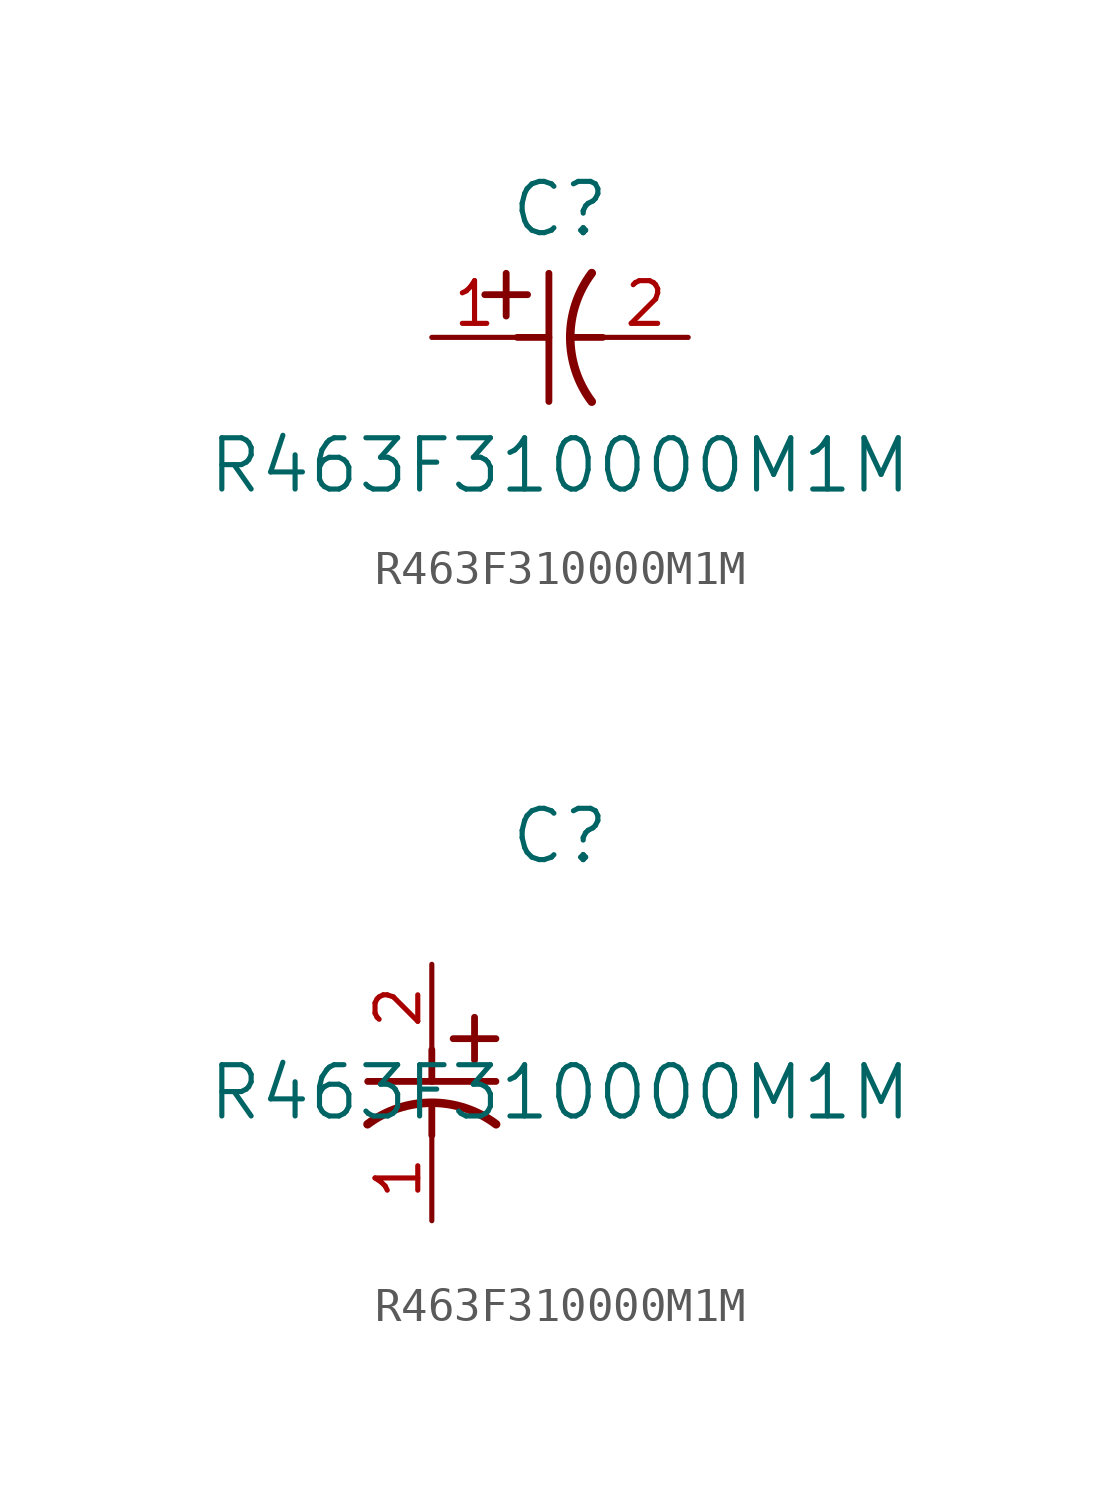
<source format=kicad_sym>
(kicad_symbol_lib
  (version 20211014)
  (generator kicad_symbol_editor)
  (symbol "R463F310000M1M"
    (pin_names
      (offset 0.254))
    (property "Reference" "C"
      (at 3.81 3.81 0)
      (effects (font (size 1.524 1.524))))
    (property "Value" "R463F310000M1M"
      (at 3.81 -3.81 0)
      (effects (font (size 1.524 1.524))))
    (symbol "R463F310000M1M_1_1"
      (polyline (pts (xy 2.21 0.635) (xy 2.21 1.905)) (stroke (width 0.203) (type default) (color 0 0 0 0)) (fill (type none)))
      (arc (start 4.754132 1.910763) (mid 4.1148 0) (end 4.754132 -1.910763) (stroke (width 0.254) (type default) (color 0 0 0 0)) (fill (type none)))
      (polyline (pts (xy 4.115 0) (xy 5.08 0)) (stroke (width 0.203) (type default) (color 0 0 0 0)) (fill (type none)))
      (polyline (pts (xy 3.48 -1.905) (xy 3.48 1.905)) (stroke (width 0.203) (type default) (color 0 0 0 0)) (fill (type none)))
      (polyline (pts (xy 1.575 1.27) (xy 2.845 1.27)) (stroke (width 0.203) (type default) (color 0 0 0 0)) (fill (type none)))
      (polyline (pts (xy 2.54 0) (xy 3.48 0)) (stroke (width 0.203) (type default) (color 0 0 0 0)) (fill (type none)))
      (pin unspecified line (at 0 0 0) (length 2.54) (name "" (effects (font (size 1.27 1.27)))) (number "1" (effects (font (size 1.27 1.27)))))
      (pin unspecified line (at 7.62 0 180) (length 2.54) (name "" (effects (font (size 1.27 1.27)))) (number "2" (effects (font (size 1.27 1.27))))))
    (symbol "R463F310000M1M_1_2"
      (polyline (pts (xy 0 -2.54) (xy 0 -3.48)) (stroke (width 0.203) (type default) (color 0 0 0 0)) (fill (type none)))
      (arc (start 1.910763 -4.754132) (mid 0 -4.1148) (end -1.910763 -4.754132) (stroke (width 0.254) (type default) (color 0 0 0 0)) (fill (type none)))
      (polyline (pts (xy -1.905 -3.48) (xy 1.905 -3.48)) (stroke (width 0.203) (type default) (color 0 0 0 0)) (fill (type none)))
      (polyline (pts (xy 0.635 -2.21) (xy 1.905 -2.21)) (stroke (width 0.203) (type default) (color 0 0 0 0)) (fill (type none)))
      (polyline (pts (xy 1.27 -1.575) (xy 1.27 -2.845)) (stroke (width 0.203) (type default) (color 0 0 0 0)) (fill (type none)))
      (polyline (pts (xy 0 -4.115) (xy 0 -5.08)) (stroke (width 0.203) (type default) (color 0 0 0 0)) (fill (type none)))
      (pin unspecified line (at 0 -7.62 90) (length 2.54) (name "" (effects (font (size 1.27 1.27)))) (number "1" (effects (font (size 1.27 1.27)))))
      (pin unspecified line (at 0 0 270) (length 2.54) (name "" (effects (font (size 1.27 1.27)))) (number "2" (effects (font (size 1.27 1.27))))))))
</source>
